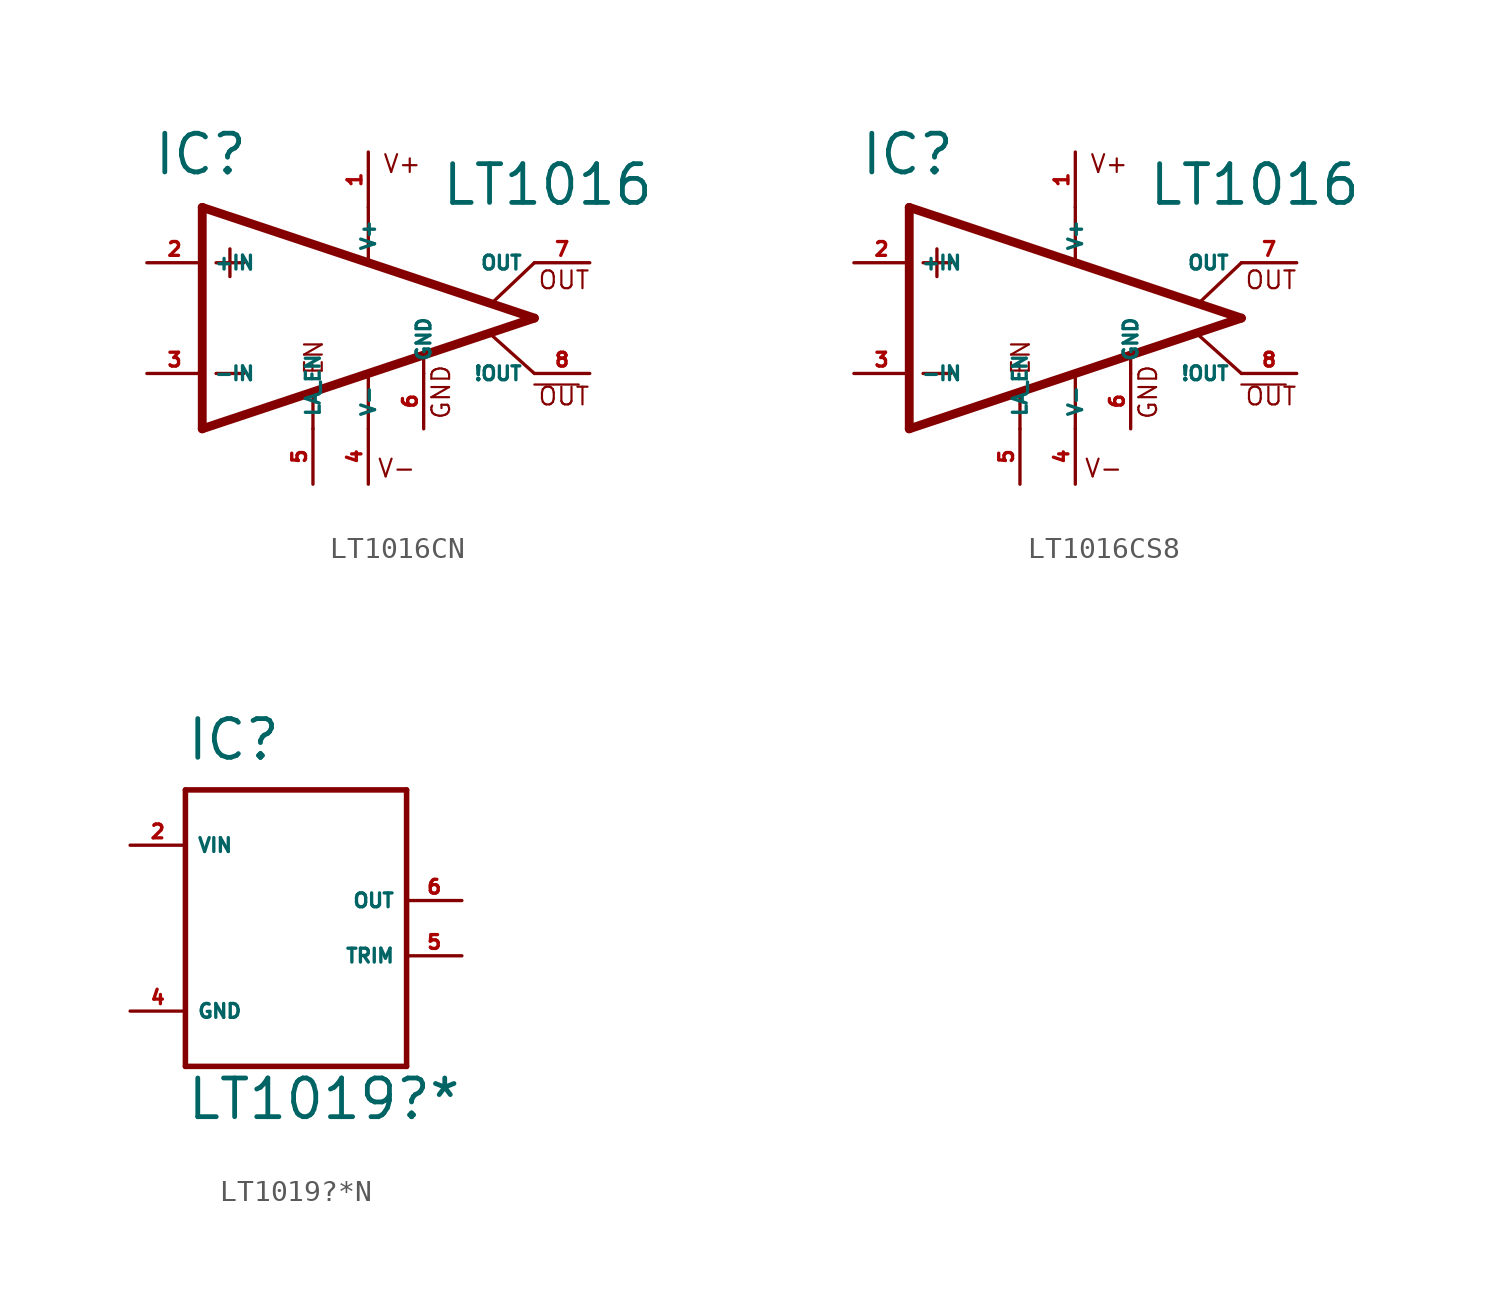
<source format=kicad_sym>
(kicad_symbol_lib
  (version 20220914)
  (generator Eagle2Kicad)
  (symbol "LT1016CN"
    (property "Reference" "IC"
      (at -9.906 6.477 0)
      (effects (font (size 1.778 1.778) (thickness 0.22)) (justify left bottom)))
    (property "Value" "LT1016"
      (at 3.302 5.08 0)
      (effects (font (size 1.778 1.778) (thickness 0.22)) (justify left bottom)))
    (polyline
      (pts (xy -6.35 3.175) (xy -6.35 1.905))
      (stroke (width 0.152) (type default))
      (fill (type none)))
    (polyline
      (pts (xy -6.985 2.54) (xy -5.715 2.54))
      (stroke (width 0.152) (type default))
      (fill (type none)))
    (polyline
      (pts (xy -6.985 -2.54) (xy -5.715 -2.54))
      (stroke (width 0.152) (type default))
      (fill (type none)))
    (polyline
      (pts (xy -7.62 5.08) (xy -7.62 -5.08))
      (stroke (width 0.406) (type default))
      (fill (type none)))
    (polyline
      (pts (xy -7.62 -5.08) (xy 7.62 0))
      (stroke (width 0.406) (type default))
      (fill (type none)))
    (polyline
      (pts (xy 7.62 0) (xy -7.62 5.08))
      (stroke (width 0.406) (type default))
      (fill (type none)))
    (polyline
      (pts (xy 0 5.08) (xy 0 2.616))
      (stroke (width 0.152) (type default))
      (fill (type none)))
    (polyline
      (pts (xy 7.62 -2.54) (xy 5.69 -0.813))
      (stroke (width 0.152) (type default))
      (fill (type none)))
    (polyline
      (pts (xy 2.54 -1.854) (xy 2.54 -2.54))
      (stroke (width 0.152) (type default))
      (fill (type none)))
    (polyline
      (pts (xy -2.54 -3.378) (xy -2.54 -5.08))
      (stroke (width 0.152) (type default))
      (fill (type none)))
    (polyline
      (pts (xy 7.62 -3.048) (xy 9.652 -3.048))
      (stroke (width 0.102) (type default))
      (fill (type none)))
    (polyline
      (pts (xy 0 -2.616) (xy 0 -5.08))
      (stroke (width 0.152) (type default))
      (fill (type none)))
    (polyline
      (pts (xy 7.62 2.54) (xy 5.69 0.711))
      (stroke (width 0.152) (type default))
      (fill (type none)))
    (text "V+"
      (at 0.635 6.604 0)
      (effects (font (size 0.813 0.813) (thickness 0.10)) (justify left bottom)))
    (text "V-"
      (at 0.381 -7.366 0)
      (effects (font (size 0.813 0.813) (thickness 0.10)) (justify left bottom)))
    (text "OUT"
      (at 7.747 -4.064 0)
      (effects (font (size 0.813 0.813) (thickness 0.10)) (justify left bottom)))
    (text "OUT"
      (at 7.747 1.27 0)
      (effects (font (size 0.813 0.813) (thickness 0.10)) (justify left bottom)))
    (text "GND"
      (at 3.81 -4.699 900)
      (effects (font (size 0.813 0.813) (thickness 0.10)) (justify left bottom)))
    (text "EN"
      (at -2.032 -2.667 900)
      (effects (font (size 0.813 0.813) (thickness 0.10)) (justify left bottom)))
    (pin input line
      (at -10.16 2.54 0)
      (length 2.54)
      (name "+IN" (effects (font (size 0.635 0.635) (thickness 0.08)) (justify left bottom)))
      (number "2" (effects (font (size 0.635 0.635) (thickness 0.08)) (justify left bottom))))
    (pin input line
      (at -10.16 -2.54 0)
      (length 2.54)
      (name "-IN" (effects (font (size 0.635 0.635) (thickness 0.08)) (justify left bottom)))
      (number "3" (effects (font (size 0.635 0.635) (thickness 0.08)) (justify left bottom))))
    (pin input line
      (at -2.54 -7.62 90)
      (length 2.54)
      (name "LA_EN" (effects (font (size 0.635 0.635) (thickness 0.08)) (justify left bottom)))
      (number "5" (effects (font (size 0.635 0.635) (thickness 0.08)) (justify left bottom))))
    (pin output line
      (at 10.16 -2.54 180)
      (length 2.54)
      (name "!OUT" (effects (font (size 0.635 0.635) (thickness 0.08)) (justify left bottom)))
      (number "8" (effects (font (size 0.635 0.635) (thickness 0.08)) (justify left bottom))))
    (pin output line
      (at 10.16 2.54 180)
      (length 2.54)
      (name "OUT" (effects (font (size 0.635 0.635) (thickness 0.08)) (justify left bottom)))
      (number "7" (effects (font (size 0.635 0.635) (thickness 0.08)) (justify left bottom))))
    (pin unspecified line
      (at 0 7.62 270)
      (length 2.54)
      (name "V+" (effects (font (size 0.635 0.635) (thickness 0.08)) (justify left bottom)))
      (number "1" (effects (font (size 0.635 0.635) (thickness 0.08)) (justify left bottom))))
    (pin unspecified line
      (at 0 -7.62 90)
      (length 2.54)
      (name "V-" (effects (font (size 0.635 0.635) (thickness 0.08)) (justify left bottom)))
      (number "4" (effects (font (size 0.635 0.635) (thickness 0.08)) (justify left bottom))))
    (pin unspecified line
      (at 2.54 -5.08 90)
      (length 2.54)
      (name "GND" (effects (font (size 0.635 0.635) (thickness 0.08)) (justify left bottom)))
      (number "6" (effects (font (size 0.635 0.635) (thickness 0.08)) (justify left bottom)))))
  (symbol "LT1016CS8"
    (property "Reference" "IC"
      (at -9.906 6.477 0)
      (effects (font (size 1.778 1.778) (thickness 0.22)) (justify left bottom)))
    (property "Value" "LT1016"
      (at 3.302 5.08 0)
      (effects (font (size 1.778 1.778) (thickness 0.22)) (justify left bottom)))
    (polyline
      (pts (xy -6.35 3.175) (xy -6.35 1.905))
      (stroke (width 0.152) (type default))
      (fill (type none)))
    (polyline
      (pts (xy -6.985 2.54) (xy -5.715 2.54))
      (stroke (width 0.152) (type default))
      (fill (type none)))
    (polyline
      (pts (xy -6.985 -2.54) (xy -5.715 -2.54))
      (stroke (width 0.152) (type default))
      (fill (type none)))
    (polyline
      (pts (xy -7.62 5.08) (xy -7.62 -5.08))
      (stroke (width 0.406) (type default))
      (fill (type none)))
    (polyline
      (pts (xy -7.62 -5.08) (xy 7.62 0))
      (stroke (width 0.406) (type default))
      (fill (type none)))
    (polyline
      (pts (xy 7.62 0) (xy -7.62 5.08))
      (stroke (width 0.406) (type default))
      (fill (type none)))
    (polyline
      (pts (xy 0 5.08) (xy 0 2.616))
      (stroke (width 0.152) (type default))
      (fill (type none)))
    (polyline
      (pts (xy 7.62 -2.54) (xy 5.69 -0.813))
      (stroke (width 0.152) (type default))
      (fill (type none)))
    (polyline
      (pts (xy 2.54 -1.854) (xy 2.54 -2.54))
      (stroke (width 0.152) (type default))
      (fill (type none)))
    (polyline
      (pts (xy -2.54 -3.378) (xy -2.54 -5.08))
      (stroke (width 0.152) (type default))
      (fill (type none)))
    (polyline
      (pts (xy 7.62 -3.048) (xy 9.652 -3.048))
      (stroke (width 0.102) (type default))
      (fill (type none)))
    (polyline
      (pts (xy 0 -2.616) (xy 0 -5.08))
      (stroke (width 0.152) (type default))
      (fill (type none)))
    (polyline
      (pts (xy 7.62 2.54) (xy 5.69 0.711))
      (stroke (width 0.152) (type default))
      (fill (type none)))
    (text "V+"
      (at 0.635 6.604 0)
      (effects (font (size 0.813 0.813) (thickness 0.10)) (justify left bottom)))
    (text "V-"
      (at 0.381 -7.366 0)
      (effects (font (size 0.813 0.813) (thickness 0.10)) (justify left bottom)))
    (text "OUT"
      (at 7.747 -4.064 0)
      (effects (font (size 0.813 0.813) (thickness 0.10)) (justify left bottom)))
    (text "OUT"
      (at 7.747 1.27 0)
      (effects (font (size 0.813 0.813) (thickness 0.10)) (justify left bottom)))
    (text "GND"
      (at 3.81 -4.699 900)
      (effects (font (size 0.813 0.813) (thickness 0.10)) (justify left bottom)))
    (text "EN"
      (at -2.032 -2.667 900)
      (effects (font (size 0.813 0.813) (thickness 0.10)) (justify left bottom)))
    (pin input line
      (at -10.16 2.54 0)
      (length 2.54)
      (name "+IN" (effects (font (size 0.635 0.635) (thickness 0.08)) (justify left bottom)))
      (number "2" (effects (font (size 0.635 0.635) (thickness 0.08)) (justify left bottom))))
    (pin input line
      (at -10.16 -2.54 0)
      (length 2.54)
      (name "-IN" (effects (font (size 0.635 0.635) (thickness 0.08)) (justify left bottom)))
      (number "3" (effects (font (size 0.635 0.635) (thickness 0.08)) (justify left bottom))))
    (pin input line
      (at -2.54 -7.62 90)
      (length 2.54)
      (name "LA_EN" (effects (font (size 0.635 0.635) (thickness 0.08)) (justify left bottom)))
      (number "5" (effects (font (size 0.635 0.635) (thickness 0.08)) (justify left bottom))))
    (pin output line
      (at 10.16 -2.54 180)
      (length 2.54)
      (name "!OUT" (effects (font (size 0.635 0.635) (thickness 0.08)) (justify left bottom)))
      (number "8" (effects (font (size 0.635 0.635) (thickness 0.08)) (justify left bottom))))
    (pin output line
      (at 10.16 2.54 180)
      (length 2.54)
      (name "OUT" (effects (font (size 0.635 0.635) (thickness 0.08)) (justify left bottom)))
      (number "7" (effects (font (size 0.635 0.635) (thickness 0.08)) (justify left bottom))))
    (pin unspecified line
      (at 0 7.62 270)
      (length 2.54)
      (name "V+" (effects (font (size 0.635 0.635) (thickness 0.08)) (justify left bottom)))
      (number "1" (effects (font (size 0.635 0.635) (thickness 0.08)) (justify left bottom))))
    (pin unspecified line
      (at 0 -7.62 90)
      (length 2.54)
      (name "V-" (effects (font (size 0.635 0.635) (thickness 0.08)) (justify left bottom)))
      (number "4" (effects (font (size 0.635 0.635) (thickness 0.08)) (justify left bottom))))
    (pin unspecified line
      (at 2.54 -5.08 90)
      (length 2.54)
      (name "GND" (effects (font (size 0.635 0.635) (thickness 0.08)) (justify left bottom)))
      (number "6" (effects (font (size 0.635 0.635) (thickness 0.08)) (justify left bottom)))))
  (symbol "LT1019?*N"
    (property "Reference" "IC"
      (at -5.08 8.89 0)
      (effects (font (size 1.778 1.778) (thickness 0.22)) (justify left bottom)))
    (property "Value" "LT1019?*"
      (at -5.08 -7.62 0)
      (effects (font (size 1.778 1.778) (thickness 0.22)) (justify left bottom)))
    (polyline
      (pts (xy -5.08 7.62) (xy 5.08 7.62))
      (stroke (width 0.254) (type default))
      (fill (type none)))
    (polyline
      (pts (xy 5.08 7.62) (xy 5.08 -5.08))
      (stroke (width 0.254) (type default))
      (fill (type none)))
    (polyline
      (pts (xy 5.08 -5.08) (xy -5.08 -5.08))
      (stroke (width 0.254) (type default))
      (fill (type none)))
    (polyline
      (pts (xy -5.08 -5.08) (xy -5.08 7.62))
      (stroke (width 0.254) (type default))
      (fill (type none)))
    (pin input line
      (at -7.62 5.08 0)
      (length 2.54)
      (name "VIN" (effects (font (size 0.635 0.635) (thickness 0.08)) (justify left bottom)))
      (number "2" (effects (font (size 0.635 0.635) (thickness 0.08)) (justify left bottom))))
    (pin input line
      (at 7.62 2.54 180)
      (length 2.54)
      (name "OUT" (effects (font (size 0.635 0.635) (thickness 0.08)) (justify left bottom)))
      (number "6" (effects (font (size 0.635 0.635) (thickness 0.08)) (justify left bottom))))
    (pin passive line
      (at 7.62 0 180)
      (length 2.54)
      (name "TRIM" (effects (font (size 0.635 0.635) (thickness 0.08)) (justify left bottom)))
      (number "5" (effects (font (size 0.635 0.635) (thickness 0.08)) (justify left bottom))))
    (pin unspecified line
      (at -7.62 -2.54 0)
      (length 2.54)
      (name "GND" (effects (font (size 0.635 0.635) (thickness 0.08)) (justify left bottom)))
      (number "4" (effects (font (size 0.635 0.635) (thickness 0.08)) (justify left bottom))))))
</source>
